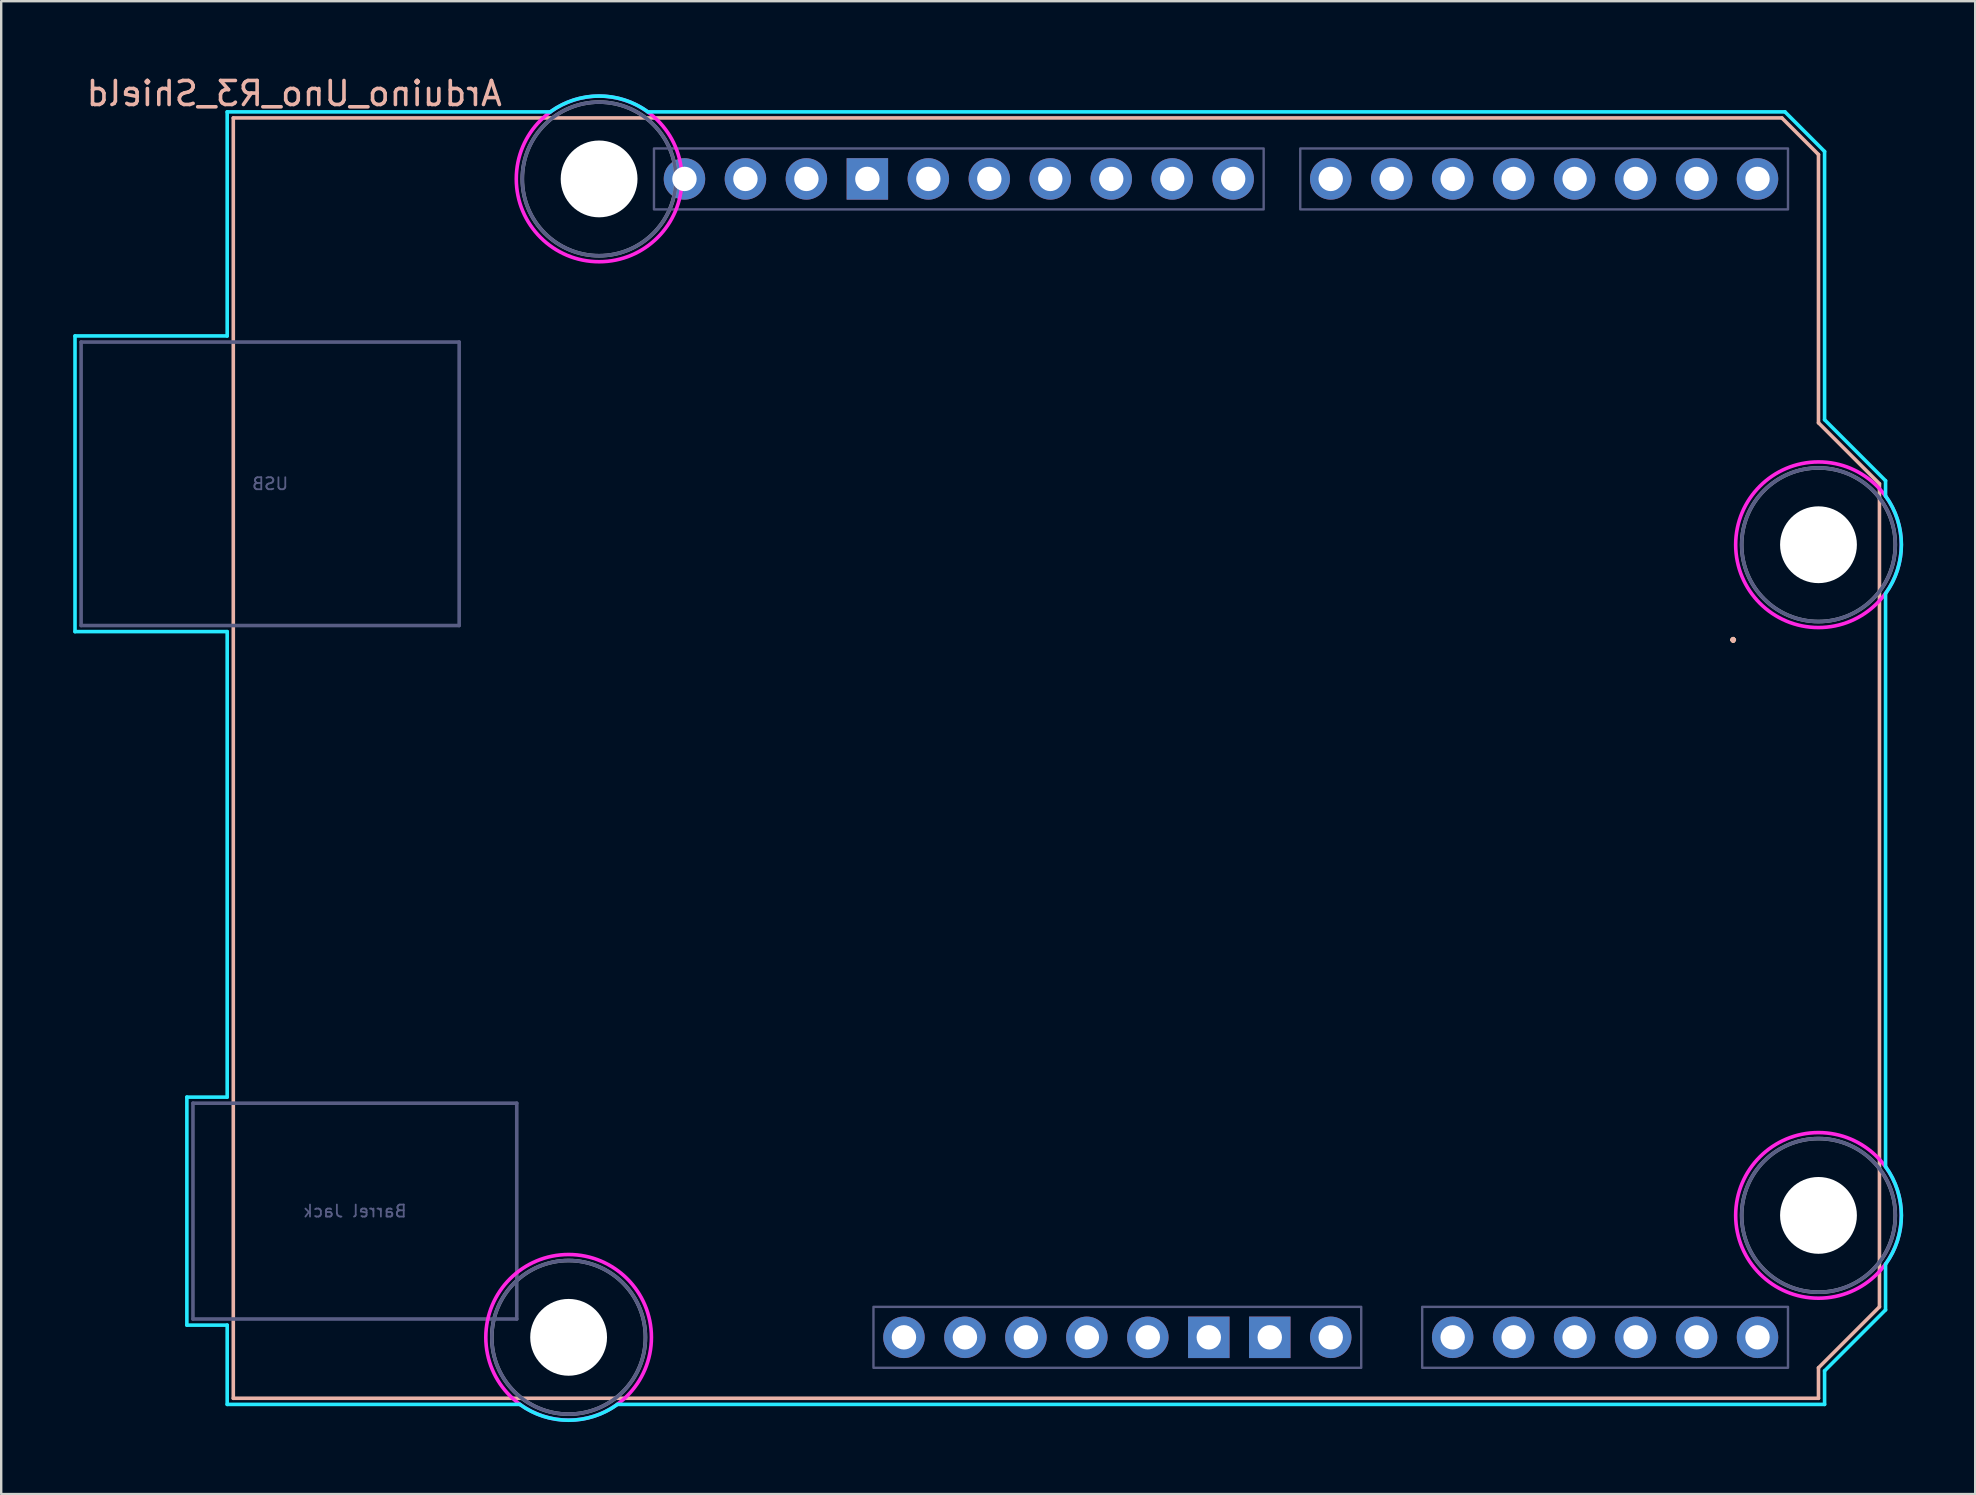
<source format=kicad_pcb>
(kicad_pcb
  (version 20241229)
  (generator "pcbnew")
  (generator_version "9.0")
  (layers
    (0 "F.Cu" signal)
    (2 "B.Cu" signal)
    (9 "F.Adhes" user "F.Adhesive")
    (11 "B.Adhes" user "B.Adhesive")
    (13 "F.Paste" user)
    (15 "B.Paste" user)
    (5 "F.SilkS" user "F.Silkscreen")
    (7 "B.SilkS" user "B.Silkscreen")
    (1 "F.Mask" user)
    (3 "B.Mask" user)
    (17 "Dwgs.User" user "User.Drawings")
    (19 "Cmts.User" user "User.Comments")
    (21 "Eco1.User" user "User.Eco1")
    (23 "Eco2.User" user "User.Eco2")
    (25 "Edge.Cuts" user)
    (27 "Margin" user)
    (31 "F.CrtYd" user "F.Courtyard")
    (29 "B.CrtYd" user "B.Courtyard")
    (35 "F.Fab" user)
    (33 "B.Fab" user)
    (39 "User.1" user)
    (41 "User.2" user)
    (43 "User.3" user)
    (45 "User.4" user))
  (footprint "Arduino_Uno_R3_Shield"
    (layer "F.Cu")
    (at 6.669 55.204)
    (property "Reference" "Arduino_Uno_R3_Shield" (at 2.54 -54.356 0) (layer "B.SilkS") (effects (font (size 1 1) (thickness 0.15)) (justify mirror)))
    (attr through_hole)
    (fp_line (start 0 -53.34) (end 0 0) (stroke (width 0.15) (type solid)) (layer "B.SilkS"))
    (fp_line (start 0 -53.34) (end 64.516 -53.34) (stroke (width 0.15) (type solid)) (layer "B.SilkS"))
    (fp_line (start 0 0) (end 66.04 0) (stroke (width 0.15) (type solid)) (layer "B.SilkS"))
    (fp_line (start 64.516 -53.34) (end 66.04 -51.816) (stroke (width 0.15) (type solid)) (layer "B.SilkS"))
    (fp_line (start 66.04 -40.64) (end 66.04 -51.816) (stroke (width 0.15) (type solid)) (layer "B.SilkS"))
    (fp_line (start 66.04 -1.27) (end 68.58 -3.81) (stroke (width 0.15) (type solid)) (layer "B.SilkS"))
    (fp_line (start 66.04 0) (end 66.04 -1.27) (stroke (width 0.15) (type solid)) (layer "B.SilkS"))
    (fp_line (start 68.58 -38.1) (end 66.04 -40.64) (stroke (width 0.15) (type solid)) (layer "B.SilkS"))
    (fp_line (start 68.58 -3.81) (end 68.58 -38.1) (stroke (width 0.15) (type solid)) (layer "B.SilkS"))
    (fp_line (start -6.594 -44.258) (end -0.254 -44.258) (stroke (width 0.15) (type solid)) (layer "B.CrtYd"))
    (fp_line (start -6.594 -31.94) (end -6.594 -44.258) (stroke (width 0.15) (type solid)) (layer "B.CrtYd"))
    (fp_line (start -1.934 -12.548) (end -1.934 -3.049) (stroke (width 0.15) (type solid)) (layer "B.CrtYd"))
    (fp_line (start -1.934 -12.548) (end -0.254 -12.548) (stroke (width 0.15) (type solid)) (layer "B.CrtYd"))
    (fp_line (start -1.934 -3.049) (end -0.254 -3.049) (stroke (width 0.15) (type solid)) (layer "B.CrtYd"))
    (fp_line (start -0.254 -53.594) (end -0.254 -44.258) (stroke (width 0.15) (type solid)) (layer "B.CrtYd"))
    (fp_line (start -0.254 -31.94) (end -6.594 -31.94) (stroke (width 0.15) (type solid)) (layer "B.CrtYd"))
    (fp_line (start -0.254 -31.94) (end -0.254 -12.548) (stroke (width 0.15) (type solid)) (layer "B.CrtYd"))
    (fp_line (start -0.254 -3.049) (end -0.254 0.254) (stroke (width 0.15) (type solid)) (layer "B.CrtYd"))
    (fp_line (start 11.938 0.254) (end -0.254 0.254) (stroke (width 0.15) (type solid)) (layer "B.CrtYd"))
    (fp_line (start 13.208 -53.594) (end -0.254 -53.594) (stroke (width 0.15) (type solid)) (layer "B.CrtYd"))
    (fp_line (start 16.002 0.254) (end 66.294 0.254) (stroke (width 0.15) (type solid)) (layer "B.CrtYd"))
    (fp_line (start 17.272 -53.594) (end 64.643 -53.594) (stroke (width 0.15) (type solid)) (layer "B.CrtYd"))
    (fp_line (start 64.643 -53.594) (end 66.294 -51.943) (stroke (width 0.15) (type solid)) (layer "B.CrtYd"))
    (fp_line (start 66.294 -40.767) (end 66.294 -51.943) (stroke (width 0.15) (type solid)) (layer "B.CrtYd"))
    (fp_line (start 66.294 -1.143) (end 68.834 -3.683) (stroke (width 0.15) (type solid)) (layer "B.CrtYd"))
    (fp_line (start 66.294 0.254) (end 66.294 -1.143) (stroke (width 0.15) (type solid)) (layer "B.CrtYd"))
    (fp_line (start 68.834 -38.227) (end 66.294 -40.767) (stroke (width 0.15) (type solid)) (layer "B.CrtYd"))
    (fp_line (start 68.834 -38.227) (end 68.834 -37.592) (stroke (width 0.15) (type solid)) (layer "B.CrtYd"))
    (fp_line (start 68.834 -9.652) (end 68.834 -33.528) (stroke (width 0.15) (type solid)) (layer "B.CrtYd"))
    (fp_line (start 68.834 -5.588) (end 68.834 -3.683) (stroke (width 0.15) (type solid)) (layer "B.CrtYd"))
    (fp_arc (start 13.208 -53.594) (mid 15.24 -54.254237) (end 17.272 -53.594) (stroke (width 0.15) (type solid)) (layer "B.CrtYd"))
    (fp_arc (start 16.002 0.254) (mid 13.97 0.914237) (end 11.938 0.254) (stroke (width 0.15) (type solid)) (layer "B.CrtYd"))
    (fp_arc (start 68.834 -37.592) (mid 69.494238 -35.56) (end 68.834 -33.528) (stroke (width 0.15) (type solid)) (layer "B.CrtYd"))
    (fp_arc (start 68.834 -9.652) (mid 69.494238 -7.62) (end 68.834 -5.588) (stroke (width 0.15) (type solid)) (layer "B.CrtYd"))
    (fp_circle (center 13.97 -2.54) (end 17.42 -2.54) (stroke (width 0.15) (type solid)) (fill no) (layer "F.CrtYd"))
    (fp_circle (center 15.24 -50.8) (end 18.69 -50.8) (stroke (width 0.15) (type solid)) (fill no) (layer "F.CrtYd"))
    (fp_circle (center 66.04 -35.56) (end 69.49 -35.56) (stroke (width 0.15) (type solid)) (fill no) (layer "F.CrtYd"))
    (fp_circle (center 66.04 -7.62) (end 69.49 -7.62) (stroke (width 0.15) (type solid)) (fill no) (layer "F.CrtYd"))
    (fp_line (start -6.34 -44.004) (end 9.41 -44.004) (stroke (width 0.15) (type solid)) (layer "B.Fab"))
    (fp_line (start -6.34 -32.194) (end -6.34 -44.004) (stroke (width 0.15) (type solid)) (layer "B.Fab"))
    (fp_line (start -6.34 -32.194) (end 9.41 -32.194) (stroke (width 0.15) (type solid)) (layer "B.Fab"))
    (fp_line (start -1.68 -12.294) (end -1.68 -3.303) (stroke (width 0.15) (type solid)) (layer "B.Fab"))
    (fp_line (start -1.68 -12.294) (end 11.81 -12.294) (stroke (width 0.15) (type solid)) (layer "B.Fab"))
    (fp_line (start -1.68 -3.303) (end 11.81 -3.303) (stroke (width 0.15) (type solid)) (layer "B.Fab"))
    (fp_line (start 9.41 -32.194) (end 9.41 -44.004) (stroke (width 0.15) (type solid)) (layer "B.Fab"))
    (fp_line (start 11.81 -12.294) (end 11.81 -3.303) (stroke (width 0.15) (type solid)) (layer "B.Fab"))
    (fp_rect (start 17.526 -52.07) (end 42.926 -49.53) (stroke (width 0.1) (type solid)) (fill no) (layer "B.Fab"))
    (fp_rect (start 26.67 -3.81) (end 46.99 -1.27) (stroke (width 0.1) (type solid)) (fill no) (layer "B.Fab"))
    (fp_rect (start 44.45 -52.07) (end 64.77 -49.53) (stroke (width 0.1) (type solid)) (fill no) (layer "B.Fab"))
    (fp_rect (start 49.53 -3.81) (end 64.77 -1.27) (stroke (width 0.1) (type solid)) (fill no) (layer "B.Fab"))
    (fp_circle (center 13.97 -2.54) (end 17.17 -2.54) (stroke (width 0.15) (type solid)) (fill no) (layer "B.Fab"))
    (fp_circle (center 15.24 -50.8) (end 18.44 -50.8) (stroke (width 0.15) (type solid)) (fill no) (layer "B.Fab"))
    (fp_circle (center 66.04 -35.56) (end 69.24 -35.56) (stroke (width 0.15) (type solid)) (fill no) (layer "B.Fab"))
    (fp_circle (center 66.04 -7.62) (end 69.24 -7.62) (stroke (width 0.15) (type solid)) (fill no) (layer "B.Fab"))
    (fp_circle (center 13.97 -2.54) (end 17.17 -2.54) (stroke (width 0.15) (type solid)) (fill no) (layer "F.Fab"))
    (fp_circle (center 15.24 -50.8) (end 18.44 -50.8) (stroke (width 0.15) (type solid)) (fill no) (layer "F.Fab"))
    (fp_circle (center 66.04 -35.56) (end 69.24 -35.56) (stroke (width 0.15) (type solid)) (fill no) (layer "F.Fab"))
    (fp_circle (center 66.04 -7.62) (end 69.24 -7.62) (stroke (width 0.15) (type solid)) (fill no) (layer "F.Fab"))
    (fp_text user "." (at 62.484 -32.004 0) (layer "F.SilkS") (effects (font (size 1 1) (thickness 0.15))))
    (fp_text user "." (at 62.484 -32.004 0) (layer "B.SilkS") (effects (font (size 1 1) (thickness 0.15))))
    (fp_text user "Barrel Jack" (at 5.065 -7.798 0) (layer "B.Fab") (effects (font (size 0.5 0.5) (thickness 0.075)) (justify mirror)))
    (fp_text user "USB" (at 1.535 -38.099 0) (layer "B.Fab") (effects (font (size 0.5 0.5) (thickness 0.075)) (justify mirror)))
    (pad "" np_thru_hole circle (at 13.97 -2.54) (size 3.2 3.2) (drill 3.2) (layers "*.Cu" "*.Mask"))
    (pad "" np_thru_hole circle (at 15.24 -50.8) (size 3.2 3.2) (drill 3.2) (layers "*.Cu" "*.Mask"))
    (pad "" thru_hole oval (at 27.94 -2.54) (size 1.727 1.727) (drill 1.016) (layers "*.Cu" "*.Mask"))
    (pad "" np_thru_hole circle (at 66.04 -35.56) (size 3.2 3.2) (drill 3.2) (layers "*.Cu" "*.Mask"))
    (pad "" np_thru_hole circle (at 66.04 -7.62) (size 3.2 3.2) (drill 3.2) (layers "*.Cu" "*.Mask"))
    (pad "3V3" thru_hole oval (at 35.56 -2.54) (size 1.727 1.727) (drill 1.016) (layers "*.Cu" "*.Mask"))
    (pad "5V1" thru_hole oval (at 38.1 -2.54) (size 1.727 1.727) (drill 1.016) (layers "*.Cu" "*.Mask"))
    (pad "A0" thru_hole oval (at 50.8 -2.54) (size 1.727 1.727) (drill 1.016) (layers "*.Cu" "*.Mask"))
    (pad "A1" thru_hole oval (at 53.34 -2.54) (size 1.727 1.727) (drill 1.016) (layers "*.Cu" "*.Mask"))
    (pad "A2" thru_hole oval (at 55.88 -2.54) (size 1.727 1.727) (drill 1.016) (layers "*.Cu" "*.Mask"))
    (pad "A3" thru_hole oval (at 58.42 -2.54) (size 1.727 1.727) (drill 1.016) (layers "*.Cu" "*.Mask"))
    (pad "A4" thru_hole oval (at 60.96 -2.54) (size 1.727 1.727) (drill 1.016) (layers "*.Cu" "*.Mask"))
    (pad "A5" thru_hole oval (at 63.5 -2.54) (size 1.727 1.727) (drill 1.016) (layers "*.Cu" "*.Mask"))
    (pad "AREF" thru_hole oval (at 23.876 -50.8) (size 1.727 1.727) (drill 1.016) (layers "*.Cu" "*.Mask"))
    (pad "D0" thru_hole oval (at 63.5 -50.8) (size 1.727 1.727) (drill 1.016) (layers "*.Cu" "*.Mask"))
    (pad "D1" thru_hole oval (at 60.96 -50.8) (size 1.727 1.727) (drill 1.016) (layers "*.Cu" "*.Mask"))
    (pad "D2" thru_hole oval (at 58.42 -50.8) (size 1.727 1.727) (drill 1.016) (layers "*.Cu" "*.Mask"))
    (pad "D3" thru_hole oval (at 55.88 -50.8) (size 1.727 1.727) (drill 1.016) (layers "*.Cu" "*.Mask"))
    (pad "D4" thru_hole oval (at 53.34 -50.8) (size 1.727 1.727) (drill 1.016) (layers "*.Cu" "*.Mask"))
    (pad "D5" thru_hole oval (at 50.8 -50.8) (size 1.727 1.727) (drill 1.016) (layers "*.Cu" "*.Mask"))
    (pad "D6" thru_hole oval (at 48.26 -50.8) (size 1.727 1.727) (drill 1.016) (layers "*.Cu" "*.Mask"))
    (pad "D7" thru_hole oval (at 45.72 -50.8) (size 1.727 1.727) (drill 1.016) (layers "*.Cu" "*.Mask"))
    (pad "D8" thru_hole oval (at 41.656 -50.8) (size 1.727 1.727) (drill 1.016) (layers "*.Cu" "*.Mask"))
    (pad "D9" thru_hole oval (at 39.116 -50.8) (size 1.727 1.727) (drill 1.016) (layers "*.Cu" "*.Mask"))
    (pad "D10" thru_hole oval (at 36.576 -50.8) (size 1.727 1.727) (drill 1.016) (layers "*.Cu" "*.Mask"))
    (pad "D11" thru_hole oval (at 34.036 -50.8) (size 1.727 1.727) (drill 1.016) (layers "*.Cu" "*.Mask"))
    (pad "D12" thru_hole oval (at 31.496 -50.8) (size 1.727 1.727) (drill 1.016) (layers "*.Cu" "*.Mask"))
    (pad "D13" thru_hole oval (at 28.956 -50.8) (size 1.727 1.727) (drill 1.016) (layers "*.Cu" "*.Mask"))
    (pad "GND1" thru_hole rect (at 26.416 -50.8) (size 1.727 1.727) (drill 1.016) (layers "*.Cu" "*.Mask"))
    (pad "GND2" thru_hole rect (at 40.64 -2.54) (size 1.727 1.727) (drill 1.016) (layers "*.Cu" "*.Mask"))
    (pad "GND3" thru_hole rect (at 43.18 -2.54) (size 1.727 1.727) (drill 1.016) (layers "*.Cu" "*.Mask"))
    (pad "IORF" thru_hole oval (at 30.48 -2.54) (size 1.727 1.727) (drill 1.016) (layers "*.Cu" "*.Mask"))
    (pad "RST1" thru_hole oval (at 33.02 -2.54) (size 1.727 1.727) (drill 1.016) (layers "*.Cu" "*.Mask"))
    (pad "SCL" thru_hole oval (at 18.796 -50.8) (size 1.727 1.727) (drill 1.016) (layers "*.Cu" "*.Mask"))
    (pad "SDA" thru_hole oval (at 21.336 -50.8) (size 1.727 1.727) (drill 1.016) (layers "*.Cu" "*.Mask"))
    (pad "VIN" thru_hole oval (at 45.72 -2.54) (size 1.727 1.727) (drill 1.016) (layers "*.Cu" "*.Mask")))
  (gr_rect
    (start -3 -3)
    (end 79.238 59.193)
    (stroke (width 0.1) (type default))
    (fill no)
    (layer "Edge.Cuts")))
</source>
